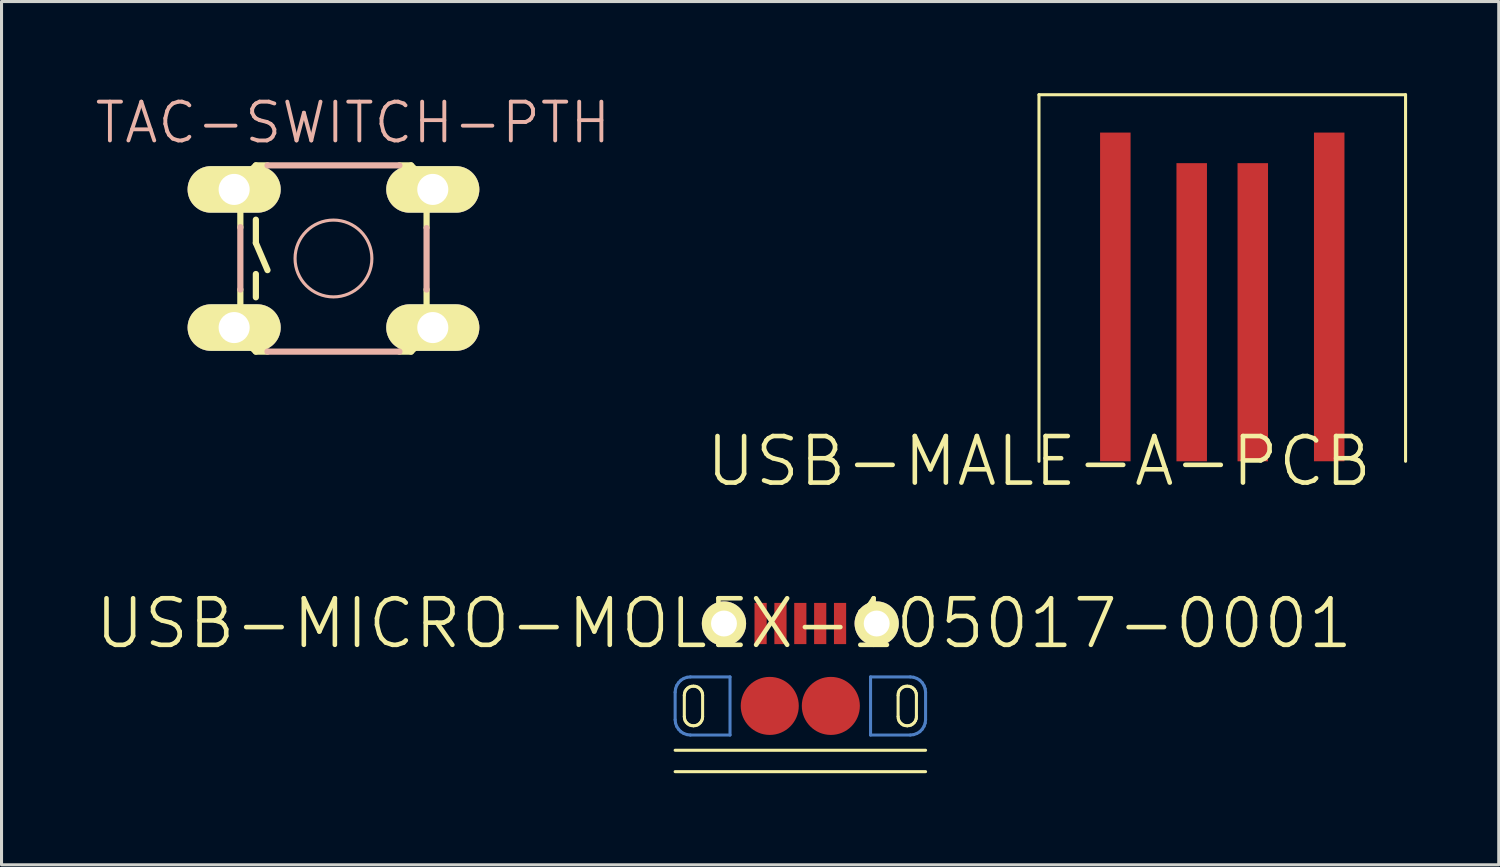
<source format=kicad_pcb>
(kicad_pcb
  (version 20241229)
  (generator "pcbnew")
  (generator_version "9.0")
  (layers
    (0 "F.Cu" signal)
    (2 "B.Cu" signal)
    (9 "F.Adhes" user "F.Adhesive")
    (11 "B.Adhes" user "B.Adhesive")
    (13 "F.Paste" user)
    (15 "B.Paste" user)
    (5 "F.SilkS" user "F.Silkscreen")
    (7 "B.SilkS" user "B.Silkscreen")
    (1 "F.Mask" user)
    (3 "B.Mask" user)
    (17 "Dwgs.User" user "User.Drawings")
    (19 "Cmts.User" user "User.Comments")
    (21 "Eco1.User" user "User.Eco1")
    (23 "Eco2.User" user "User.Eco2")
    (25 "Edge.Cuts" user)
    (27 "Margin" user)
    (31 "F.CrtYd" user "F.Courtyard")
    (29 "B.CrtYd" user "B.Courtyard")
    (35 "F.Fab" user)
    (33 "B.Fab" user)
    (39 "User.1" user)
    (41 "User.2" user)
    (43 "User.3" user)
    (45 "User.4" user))
  (footprint "USB-MALE-A-PCB"
    (layer "F.Cu")
    (at 30.958 12.049)
    (property "Reference" "USB-MALE-A-PCB" (at 0 0 0) (layer "F.SilkS") (effects (font (size 1.524 1.524) (thickness 0.15))))
    (attr smd)
    (fp_line (start 0 -11.999) (end 11.999 -11.999) (stroke (width 0.1) (type solid)) (layer "F.SilkS"))
    (fp_line (start 0 0) (end 0 -11.999) (stroke (width 0.1) (type solid)) (layer "F.SilkS"))
    (fp_line (start 11.999 -11.999) (end 11.999 0) (stroke (width 0.1) (type solid)) (layer "F.SilkS"))
    (pad "1" smd rect (at 2.499 -5.38 90) (size 10.759 0.998) (layers "F.Cu" "F.Mask" "F.Paste"))
    (pad "2" smd rect (at 4.999 -4.879 90) (size 9.759 0.998) (layers "F.Cu" "F.Mask" "F.Paste"))
    (pad "3" smd rect (at 6.998 -4.879 90) (size 9.759 0.998) (layers "F.Cu" "F.Mask" "F.Paste"))
    (pad "4" smd rect (at 9.5 -5.38 90) (size 10.759 0.998) (layers "F.Cu" "F.Mask" "F.Paste")))
  (footprint "USB-MICRO-MOLEX-105017-0001"
    (layer "F.Cu")
    (at 20.647 17.359)
    (property "Reference" "USB-MICRO-MOLEX-105017-0001" (at 0 0 0) (layer "F.SilkS") (effects (font (size 1.524 1.524) (thickness 0.15))))
    (attr smd)
    (fp_line (start -1.598 2.248) (end -1.585 2.139) (stroke (width 0.1) (type solid)) (layer "B.Cu"))
    (fp_line (start -1.598 3.15) (end -1.598 2.248) (stroke (width 0.1) (type solid)) (layer "B.Cu"))
    (fp_line (start -1.585 2.139) (end -1.549 2.032) (stroke (width 0.1) (type solid)) (layer "B.Cu"))
    (fp_line (start -1.585 3.259) (end -1.598 3.15) (stroke (width 0.1) (type solid)) (layer "B.Cu"))
    (fp_line (start -1.549 2.032) (end -1.488 1.938) (stroke (width 0.1) (type solid)) (layer "B.Cu"))
    (fp_line (start -1.549 3.365) (end -1.585 3.259) (stroke (width 0.1) (type solid)) (layer "B.Cu"))
    (fp_line (start -1.488 1.938) (end -1.41 1.857) (stroke (width 0.1) (type solid)) (layer "B.Cu"))
    (fp_line (start -1.488 3.459) (end -1.549 3.365) (stroke (width 0.1) (type solid)) (layer "B.Cu"))
    (fp_line (start -1.41 1.857) (end -1.316 1.798) (stroke (width 0.1) (type solid)) (layer "B.Cu"))
    (fp_line (start -1.41 3.541) (end -1.488 3.459) (stroke (width 0.1) (type solid)) (layer "B.Cu"))
    (fp_line (start -1.316 1.798) (end -1.209 1.76) (stroke (width 0.1) (type solid)) (layer "B.Cu"))
    (fp_line (start -1.316 3.599) (end -1.41 3.541) (stroke (width 0.1) (type solid)) (layer "B.Cu"))
    (fp_line (start -1.209 1.76) (end -1.1 1.748) (stroke (width 0.1) (type solid)) (layer "B.Cu"))
    (fp_line (start -1.209 3.637) (end -1.316 3.599) (stroke (width 0.1) (type solid)) (layer "B.Cu"))
    (fp_line (start -1.1 1.748) (end 0.198 1.748) (stroke (width 0.1) (type solid)) (layer "B.Cu"))
    (fp_line (start -1.1 3.65) (end -1.209 3.637) (stroke (width 0.1) (type solid)) (layer "B.Cu"))
    (fp_line (start 0.198 1.748) (end 0.198 3.65) (stroke (width 0.1) (type solid)) (layer "B.Cu"))
    (fp_line (start 0.198 3.65) (end -1.1 3.65) (stroke (width 0.1) (type solid)) (layer "B.Cu"))
    (fp_line (start 4.798 1.748) (end 6.099 1.748) (stroke (width 0.1) (type solid)) (layer "B.Cu"))
    (fp_line (start 4.798 3.65) (end 4.798 1.748) (stroke (width 0.1) (type solid)) (layer "B.Cu"))
    (fp_line (start 6.099 1.748) (end 6.21 1.76) (stroke (width 0.1) (type solid)) (layer "B.Cu"))
    (fp_line (start 6.099 3.65) (end 4.798 3.65) (stroke (width 0.1) (type solid)) (layer "B.Cu"))
    (fp_line (start 6.21 1.76) (end 6.314 1.798) (stroke (width 0.1) (type solid)) (layer "B.Cu"))
    (fp_line (start 6.21 3.637) (end 6.099 3.65) (stroke (width 0.1) (type solid)) (layer "B.Cu"))
    (fp_line (start 6.314 1.798) (end 6.411 1.857) (stroke (width 0.1) (type solid)) (layer "B.Cu"))
    (fp_line (start 6.314 3.599) (end 6.21 3.637) (stroke (width 0.1) (type solid)) (layer "B.Cu"))
    (fp_line (start 6.411 1.857) (end 6.49 1.938) (stroke (width 0.1) (type solid)) (layer "B.Cu"))
    (fp_line (start 6.411 3.541) (end 6.314 3.599) (stroke (width 0.1) (type solid)) (layer "B.Cu"))
    (fp_line (start 6.49 1.938) (end 6.548 2.032) (stroke (width 0.1) (type solid)) (layer "B.Cu"))
    (fp_line (start 6.49 3.459) (end 6.411 3.541) (stroke (width 0.1) (type solid)) (layer "B.Cu"))
    (fp_line (start 6.548 2.032) (end 6.586 2.139) (stroke (width 0.1) (type solid)) (layer "B.Cu"))
    (fp_line (start 6.548 3.365) (end 6.49 3.459) (stroke (width 0.1) (type solid)) (layer "B.Cu"))
    (fp_line (start 6.586 2.139) (end 6.599 2.248) (stroke (width 0.1) (type solid)) (layer "B.Cu"))
    (fp_line (start 6.586 3.259) (end 6.548 3.365) (stroke (width 0.1) (type solid)) (layer "B.Cu"))
    (fp_line (start 6.599 2.248) (end 6.599 3.15) (stroke (width 0.1) (type solid)) (layer "B.Cu"))
    (fp_line (start 6.599 3.15) (end 6.586 3.259) (stroke (width 0.1) (type solid)) (layer "B.Cu"))
    (fp_line (start -1.598 4.849) (end 6.599 4.849) (stroke (width 0.1) (type solid)) (layer "F.SilkS"))
    (fp_line (start -1.298 2.349) (end -1.29 2.281) (stroke (width 0.1) (type solid)) (layer "F.SilkS"))
    (fp_line (start -1.298 3.048) (end -1.298 2.349) (stroke (width 0.1) (type solid)) (layer "F.SilkS"))
    (fp_line (start -1.29 2.281) (end -1.27 2.217) (stroke (width 0.1) (type solid)) (layer "F.SilkS"))
    (fp_line (start -1.29 3.117) (end -1.298 3.048) (stroke (width 0.1) (type solid)) (layer "F.SilkS"))
    (fp_line (start -1.27 2.217) (end -1.234 2.162) (stroke (width 0.1) (type solid)) (layer "F.SilkS"))
    (fp_line (start -1.27 3.18) (end -1.29 3.117) (stroke (width 0.1) (type solid)) (layer "F.SilkS"))
    (fp_line (start -1.234 2.162) (end -1.186 2.113) (stroke (width 0.1) (type solid)) (layer "F.SilkS"))
    (fp_line (start -1.234 3.236) (end -1.27 3.18) (stroke (width 0.1) (type solid)) (layer "F.SilkS"))
    (fp_line (start -1.186 2.113) (end -1.128 2.078) (stroke (width 0.1) (type solid)) (layer "F.SilkS"))
    (fp_line (start -1.186 3.284) (end -1.234 3.236) (stroke (width 0.1) (type solid)) (layer "F.SilkS"))
    (fp_line (start -1.128 2.078) (end -1.064 2.057) (stroke (width 0.1) (type solid)) (layer "F.SilkS"))
    (fp_line (start -1.128 3.32) (end -1.186 3.284) (stroke (width 0.1) (type solid)) (layer "F.SilkS"))
    (fp_line (start -1.064 2.057) (end -0.998 2.05) (stroke (width 0.1) (type solid)) (layer "F.SilkS"))
    (fp_line (start -1.064 3.34) (end -1.128 3.32) (stroke (width 0.1) (type solid)) (layer "F.SilkS"))
    (fp_line (start -0.998 2.05) (end -0.932 2.057) (stroke (width 0.1) (type solid)) (layer "F.SilkS"))
    (fp_line (start -0.998 3.348) (end -1.064 3.34) (stroke (width 0.1) (type solid)) (layer "F.SilkS"))
    (fp_line (start -0.932 2.057) (end -0.869 2.078) (stroke (width 0.1) (type solid)) (layer "F.SilkS"))
    (fp_line (start -0.932 3.34) (end -0.998 3.348) (stroke (width 0.1) (type solid)) (layer "F.SilkS"))
    (fp_line (start -0.869 2.078) (end -0.813 2.113) (stroke (width 0.1) (type solid)) (layer "F.SilkS"))
    (fp_line (start -0.869 3.32) (end -0.932 3.34) (stroke (width 0.1) (type solid)) (layer "F.SilkS"))
    (fp_line (start -0.813 2.113) (end -0.765 2.162) (stroke (width 0.1) (type solid)) (layer "F.SilkS"))
    (fp_line (start -0.813 3.284) (end -0.869 3.32) (stroke (width 0.1) (type solid)) (layer "F.SilkS"))
    (fp_line (start -0.765 2.162) (end -0.729 2.217) (stroke (width 0.1) (type solid)) (layer "F.SilkS"))
    (fp_line (start -0.765 3.236) (end -0.813 3.284) (stroke (width 0.1) (type solid)) (layer "F.SilkS"))
    (fp_line (start -0.729 2.217) (end -0.706 2.281) (stroke (width 0.1) (type solid)) (layer "F.SilkS"))
    (fp_line (start -0.729 3.18) (end -0.765 3.236) (stroke (width 0.1) (type solid)) (layer "F.SilkS"))
    (fp_line (start -0.706 2.281) (end -0.699 2.349) (stroke (width 0.1) (type solid)) (layer "F.SilkS"))
    (fp_line (start -0.706 3.117) (end -0.729 3.18) (stroke (width 0.1) (type solid)) (layer "F.SilkS"))
    (fp_line (start -0.699 2.349) (end -0.699 3.048) (stroke (width 0.1) (type solid)) (layer "F.SilkS"))
    (fp_line (start -0.699 3.048) (end -0.706 3.117) (stroke (width 0.1) (type solid)) (layer "F.SilkS"))
    (fp_line (start 5.7 2.349) (end 5.707 2.281) (stroke (width 0.1) (type solid)) (layer "F.SilkS"))
    (fp_line (start 5.7 3.048) (end 5.7 2.349) (stroke (width 0.1) (type solid)) (layer "F.SilkS"))
    (fp_line (start 5.707 2.281) (end 5.728 2.217) (stroke (width 0.1) (type solid)) (layer "F.SilkS"))
    (fp_line (start 5.707 3.117) (end 5.7 3.048) (stroke (width 0.1) (type solid)) (layer "F.SilkS"))
    (fp_line (start 5.728 2.217) (end 5.763 2.162) (stroke (width 0.1) (type solid)) (layer "F.SilkS"))
    (fp_line (start 5.728 3.18) (end 5.707 3.117) (stroke (width 0.1) (type solid)) (layer "F.SilkS"))
    (fp_line (start 5.763 2.162) (end 5.812 2.113) (stroke (width 0.1) (type solid)) (layer "F.SilkS"))
    (fp_line (start 5.763 3.236) (end 5.728 3.18) (stroke (width 0.1) (type solid)) (layer "F.SilkS"))
    (fp_line (start 5.812 2.113) (end 5.867 2.078) (stroke (width 0.1) (type solid)) (layer "F.SilkS"))
    (fp_line (start 5.812 3.284) (end 5.763 3.236) (stroke (width 0.1) (type solid)) (layer "F.SilkS"))
    (fp_line (start 5.867 2.078) (end 5.931 2.057) (stroke (width 0.1) (type solid)) (layer "F.SilkS"))
    (fp_line (start 5.867 3.32) (end 5.812 3.284) (stroke (width 0.1) (type solid)) (layer "F.SilkS"))
    (fp_line (start 5.931 2.057) (end 5.999 2.05) (stroke (width 0.1) (type solid)) (layer "F.SilkS"))
    (fp_line (start 5.931 3.34) (end 5.867 3.32) (stroke (width 0.1) (type solid)) (layer "F.SilkS"))
    (fp_line (start 5.999 2.05) (end 6.066 2.057) (stroke (width 0.1) (type solid)) (layer "F.SilkS"))
    (fp_line (start 5.999 3.348) (end 5.931 3.34) (stroke (width 0.1) (type solid)) (layer "F.SilkS"))
    (fp_line (start 6.066 2.057) (end 6.129 2.078) (stroke (width 0.1) (type solid)) (layer "F.SilkS"))
    (fp_line (start 6.066 3.34) (end 5.999 3.348) (stroke (width 0.1) (type solid)) (layer "F.SilkS"))
    (fp_line (start 6.129 2.078) (end 6.185 2.113) (stroke (width 0.1) (type solid)) (layer "F.SilkS"))
    (fp_line (start 6.129 3.32) (end 6.066 3.34) (stroke (width 0.1) (type solid)) (layer "F.SilkS"))
    (fp_line (start 6.185 2.113) (end 6.233 2.162) (stroke (width 0.1) (type solid)) (layer "F.SilkS"))
    (fp_line (start 6.185 3.284) (end 6.129 3.32) (stroke (width 0.1) (type solid)) (layer "F.SilkS"))
    (fp_line (start 6.233 2.162) (end 6.269 2.217) (stroke (width 0.1) (type solid)) (layer "F.SilkS"))
    (fp_line (start 6.233 3.236) (end 6.185 3.284) (stroke (width 0.1) (type solid)) (layer "F.SilkS"))
    (fp_line (start 6.269 2.217) (end 6.292 2.281) (stroke (width 0.1) (type solid)) (layer "F.SilkS"))
    (fp_line (start 6.269 3.18) (end 6.233 3.236) (stroke (width 0.1) (type solid)) (layer "F.SilkS"))
    (fp_line (start 6.292 2.281) (end 6.299 2.349) (stroke (width 0.1) (type solid)) (layer "F.SilkS"))
    (fp_line (start 6.292 3.117) (end 6.269 3.18) (stroke (width 0.1) (type solid)) (layer "F.SilkS"))
    (fp_line (start 6.299 2.349) (end 6.299 3.048) (stroke (width 0.1) (type solid)) (layer "F.SilkS"))
    (fp_line (start 6.299 3.048) (end 6.292 3.117) (stroke (width 0.1) (type solid)) (layer "F.SilkS"))
    (fp_line (start 6.599 4.148) (end -1.598 4.148) (stroke (width 0.1) (type solid)) (layer "F.SilkS"))
    (pad "1" smd rect (at 1.199 0 90) (size 1.349 0.399) (layers "F.Cu" "F.Mask" "F.Paste"))
    (pad "2" smd rect (at 1.849 0 90) (size 1.349 0.399) (layers "F.Cu" "F.Mask" "F.Paste"))
    (pad "3" smd rect (at 2.499 0 90) (size 1.349 0.399) (layers "F.Cu" "F.Mask" "F.Paste"))
    (pad "4" smd rect (at 3.15 0 90) (size 1.349 0.399) (layers "F.Cu" "F.Mask" "F.Paste"))
    (pad "5" smd rect (at 3.8 0 90) (size 1.349 0.399) (layers "F.Cu" "F.Mask" "F.Paste"))
    (pad "P$1" thru_hole circle (at 0 0 90) (size 1.448 1.448) (drill 0.848) (layers "*.Cu" "F.Mask" "F.SilkS" "F.Paste"))
    (pad "P$2" thru_hole circle (at 4.999 0 90) (size 1.448 1.448) (drill 0.848) (layers "*.Cu" "F.Mask" "F.SilkS" "F.Paste"))
    (pad "P$3" smd circle (at 3.498 2.697 90) (size 1.9 1.9) (layers "F.Cu" "F.Mask" "F.Paste"))
    (pad "P$4" smd circle (at 1.499 2.697 90) (size 1.9 1.9) (layers "F.Cu" "F.Mask" "F.Paste")))
  (footprint "TAC-SWITCH-PTH"
    (layer "F.Cu")
    (at 7.865 5.411)
    (property "Reference" "TAC-SWITCH-PTH" (at 0.635 -4.445 0) (layer "B.SilkS") (effects (font (size 1.27 1.27) (thickness 0.127))))
    (attr exclude_from_pos_files exclude_from_bom)
    (fp_line (start -3.048 -2.54) (end -3.048 -1.016) (stroke (width 0.203) (type solid)) (layer "F.SilkS"))
    (fp_line (start -3.048 2.54) (end -3.048 1.016) (stroke (width 0.203) (type solid)) (layer "F.SilkS"))
    (fp_line (start -2.54 -3.048) (end -3.048 -2.54) (stroke (width 0.203) (type solid)) (layer "F.SilkS"))
    (fp_line (start -2.54 -3.048) (end -2.159 -3.048) (stroke (width 0.203) (type solid)) (layer "F.SilkS"))
    (fp_line (start -2.54 -1.27) (end -2.54 -0.508) (stroke (width 0.203) (type solid)) (layer "F.SilkS"))
    (fp_line (start -2.54 -0.508) (end -2.159 0.381) (stroke (width 0.203) (type solid)) (layer "F.SilkS"))
    (fp_line (start -2.54 0.508) (end -2.54 1.27) (stroke (width 0.203) (type solid)) (layer "F.SilkS"))
    (fp_line (start -2.54 3.048) (end -3.048 2.54) (stroke (width 0.203) (type solid)) (layer "F.SilkS"))
    (fp_line (start -2.54 3.048) (end -2.159 3.048) (stroke (width 0.203) (type solid)) (layer "F.SilkS"))
    (fp_line (start 2.54 -3.048) (end 2.159 -3.048) (stroke (width 0.203) (type solid)) (layer "F.SilkS"))
    (fp_line (start 2.54 3.048) (end 2.159 3.048) (stroke (width 0.203) (type solid)) (layer "F.SilkS"))
    (fp_line (start 2.54 3.048) (end 3.048 2.54) (stroke (width 0.203) (type solid)) (layer "F.SilkS"))
    (fp_line (start 3.048 -2.54) (end 2.54 -3.048) (stroke (width 0.203) (type solid)) (layer "F.SilkS"))
    (fp_line (start 3.048 -1.016) (end 3.048 -2.54) (stroke (width 0.203) (type solid)) (layer "F.SilkS"))
    (fp_line (start 3.048 2.54) (end 3.048 1.016) (stroke (width 0.203) (type solid)) (layer "F.SilkS"))
    (fp_line (start -3.048 -1.026) (end -3.048 1.016) (stroke (width 0.203) (type solid)) (layer "B.SilkS"))
    (fp_line (start -2.159 3.048) (end 2.159 3.048) (stroke (width 0.203) (type solid)) (layer "B.SilkS"))
    (fp_line (start 2.159 -3.048) (end -2.159 -3.048) (stroke (width 0.203) (type solid)) (layer "B.SilkS"))
    (fp_line (start 3.048 -0.996) (end 3.048 1.016) (stroke (width 0.203) (type solid)) (layer "B.SilkS"))
    (fp_circle (center 0 0) (end -0.889 0.889) (stroke (width 0.102) (type solid)) (fill no) (layer "B.SilkS"))
    (pad "1" thru_hole oval (at -3.251 -2.261 90) (size 1.524 3.048) (drill 1.016) (layers "*.Cu" "F.Mask" "F.SilkS" "F.Paste"))
    (pad "2" thru_hole oval (at 3.251 -2.261 90) (size 1.524 3.048) (drill 1.016) (layers "*.Cu" "F.Mask" "F.SilkS" "F.Paste"))
    (pad "3" thru_hole oval (at -3.251 2.261 90) (size 1.524 3.048) (drill 1.016) (layers "*.Cu" "F.Mask" "F.SilkS" "F.Paste"))
    (pad "4" thru_hole oval (at 3.251 2.261 90) (size 1.524 3.048) (drill 1.016) (layers "*.Cu" "F.Mask" "F.SilkS" "F.Paste")))
  (gr_rect
    (start -3 -3)
    (end 46.007 25.257)
    (stroke (width 0.1) (type default))
    (fill no)
    (layer "Edge.Cuts")))
</source>
